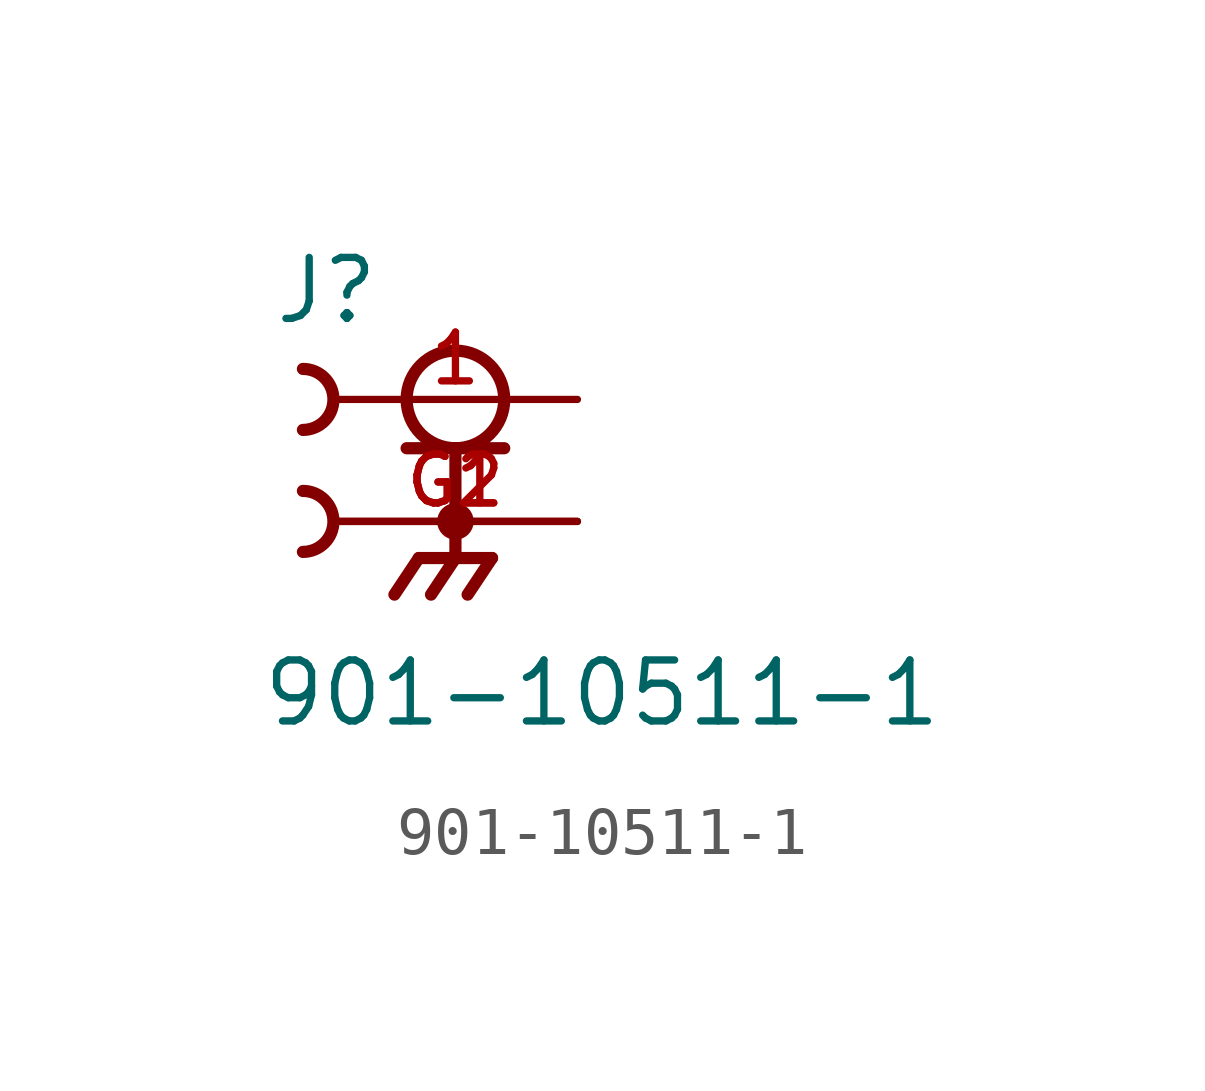
<source format=kicad_sym>
(kicad_symbol_lib
  (version 20241209)
  (generator "kicad_symbol_editor")
  (generator_version "9.0")
  (symbol "901-10511-1"
    (pin_names
      (offset 1.016))
    (property "Reference" "J"
      (at -3.81 1.524 0)
      (effects (font (size 1.27 1.27)) (justify left bottom)))
    (property "Value" "901-10511-1"
      (at -4.064 -6.858 0)
      (effects (font (size 1.27 1.27)) (justify left bottom)))
    (symbol "901-10511-1_0_0"
      (arc (start -3.175 0.635) (mid -2.5427 0) (end -3.175 -0.635) (stroke (width 0.254) (type default)) (fill (type none)))
      (arc (start -3.175 -1.905) (mid -2.5427 -2.54) (end -3.175 -3.175) (stroke (width 0.254) (type default)) (fill (type none)))
      (polyline (pts (xy -1.016 -1.016) (xy 0 -1.016)) (stroke (width 0.254) (type default)) (fill (type none)))
      (polyline (pts (xy -0.762 -3.302) (xy -1.27 -4.064)) (stroke (width 0.254) (type default)) (fill (type none)))
      (circle (center 0 0) (radius 1.016) (stroke (width 0.254) (type default)) (fill (type none)))
      (polyline (pts (xy 0 -1.016) (xy 0 -3.302)) (stroke (width 0.254) (type default)) (fill (type none)))
      (polyline (pts (xy 0 -1.016) (xy 1.016 -1.016)) (stroke (width 0.254) (type default)) (fill (type none)))
      (circle (center 0 -2.54) (radius 0.254) (stroke (width 0.254) (type default)) (fill (type none)))
      (polyline (pts (xy 0 -3.302) (xy -0.762 -3.302)) (stroke (width 0.254) (type default)) (fill (type none)))
      (polyline (pts (xy 0 -3.302) (xy -0.508 -4.064)) (stroke (width 0.254) (type default)) (fill (type none)))
      (polyline (pts (xy 0 -3.302) (xy 0.762 -3.302)) (stroke (width 0.254) (type default)) (fill (type none)))
      (polyline (pts (xy 0.762 -3.302) (xy 0.254 -4.064)) (stroke (width 0.254) (type default)) (fill (type none)))
      (pin passive line (at 2.54 0 180) (length 5.08) (name "~" (effects (font (size 1.016 1.016)))) (number "1" (effects (font (size 1.016 1.016)))))
      (pin passive line (at 2.54 -2.54 180) (length 5.08) (name "~" (effects (font (size 1.016 1.016)))) (number "G1" (effects (font (size 1.016 1.016)))))
      (pin passive line (at 2.54 -2.54 180) (length 5.08) (name "~" (effects (font (size 1.016 1.016)))) (number "G2" (effects (font (size 1.016 1.016))))))))
</source>
